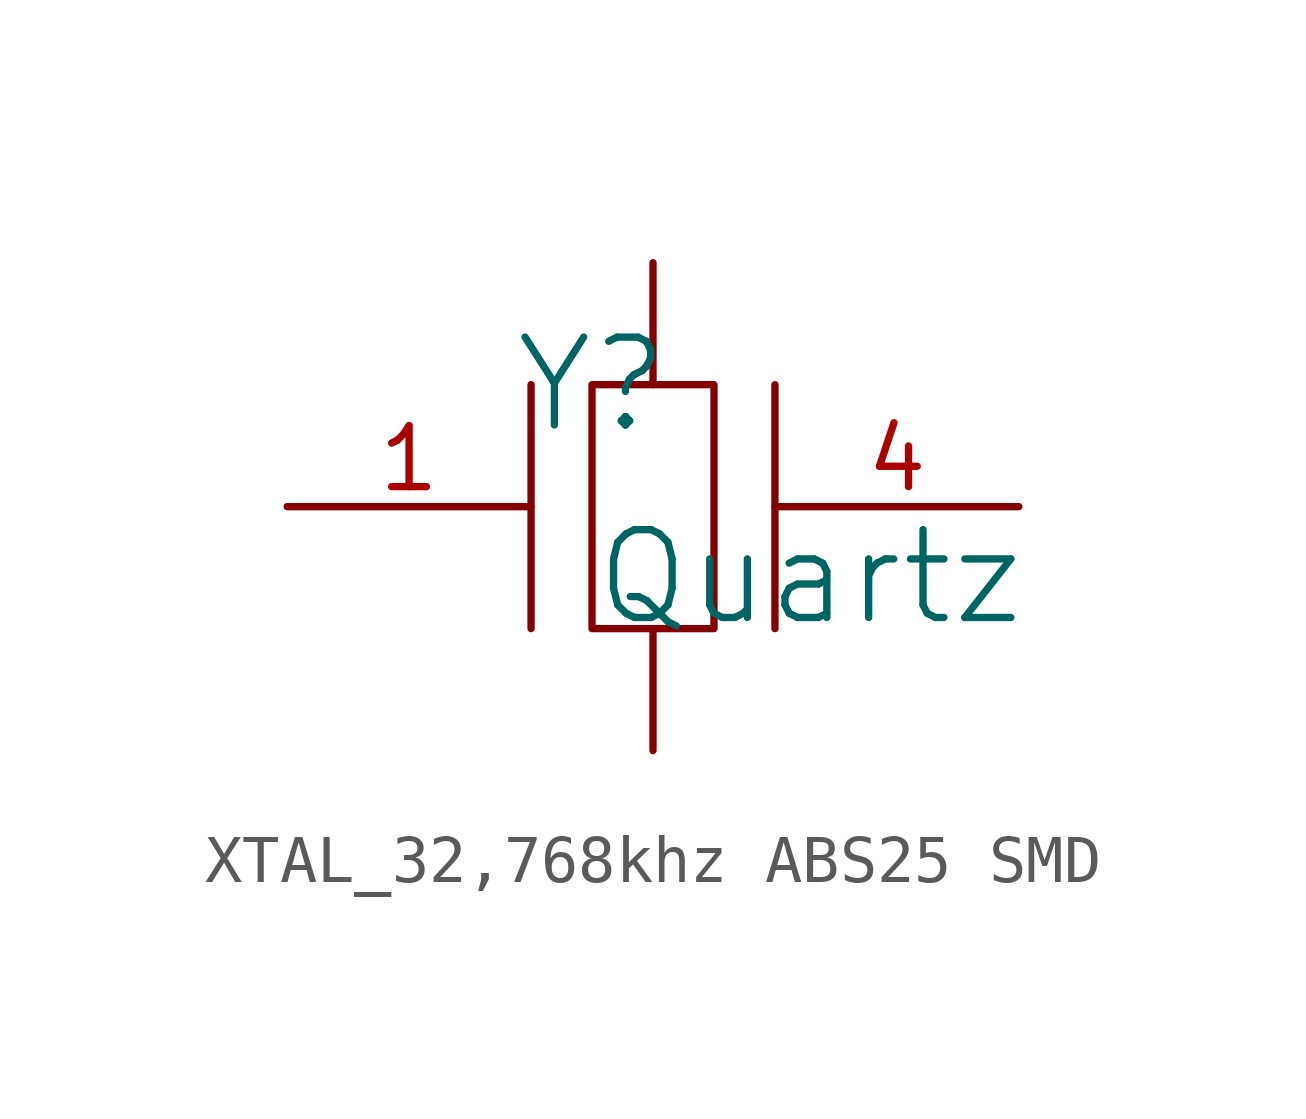
<source format=kicad_sym>
(kicad_symbol_lib
  (version 20241209)
  (generator "kicad_symbol_editor")
  (generator_version "9.0")
  (symbol "XTAL_32,768khz ABS25 SMD"
    (pin_names
      (hide yes))
    (property "Reference" "Y"
      (at -1.27 1.27 0)
      (effects (font (size 1.829 1.829))))
    (property "Value" "Quartz"
      (at -1.27 -3.81 0)
      (effects (font (size 1.829 1.829)) (justify left bottom)))
    (symbol "XTAL_32,768khz ABS25 SMD_1_0"
      (polyline (pts (xy -2.54 1.27) (xy -2.54 -3.81)) (stroke (width 0) (type solid)) (fill (type none)))
      (polyline (pts (xy -1.27 -3.81) (xy -1.27 1.27) (xy 1.27 1.27) (xy 1.27 -3.81) (xy -1.27 -3.81)) (stroke (width 0) (type solid)) (fill (type none)))
      (polyline (pts (xy 2.54 1.27) (xy 2.54 -3.81)) (stroke (width 0) (type solid)) (fill (type none)))
      (pin passive line (at -7.62 -1.27 0) (length 5.08) (name "1" (effects (font (size 1.27 1.27)))) (number "1" (effects (font (size 1.27 1.27)))))
      (pin passive line (at 0 3.81 270) (length 2.54) (name "3" (effects (font (size 1.27 1.27)))) (number "3" (effects (font (size 0 0)))))
      (pin passive line (at 0 -6.35 90) (length 2.54) (name "2" (effects (font (size 1.27 1.27)))) (number "2" (effects (font (size 0 0)))))
      (pin passive line (at 7.62 -1.27 180) (length 5.08) (name "4" (effects (font (size 1.27 1.27)))) (number "4" (effects (font (size 1.27 1.27))))))))
</source>
